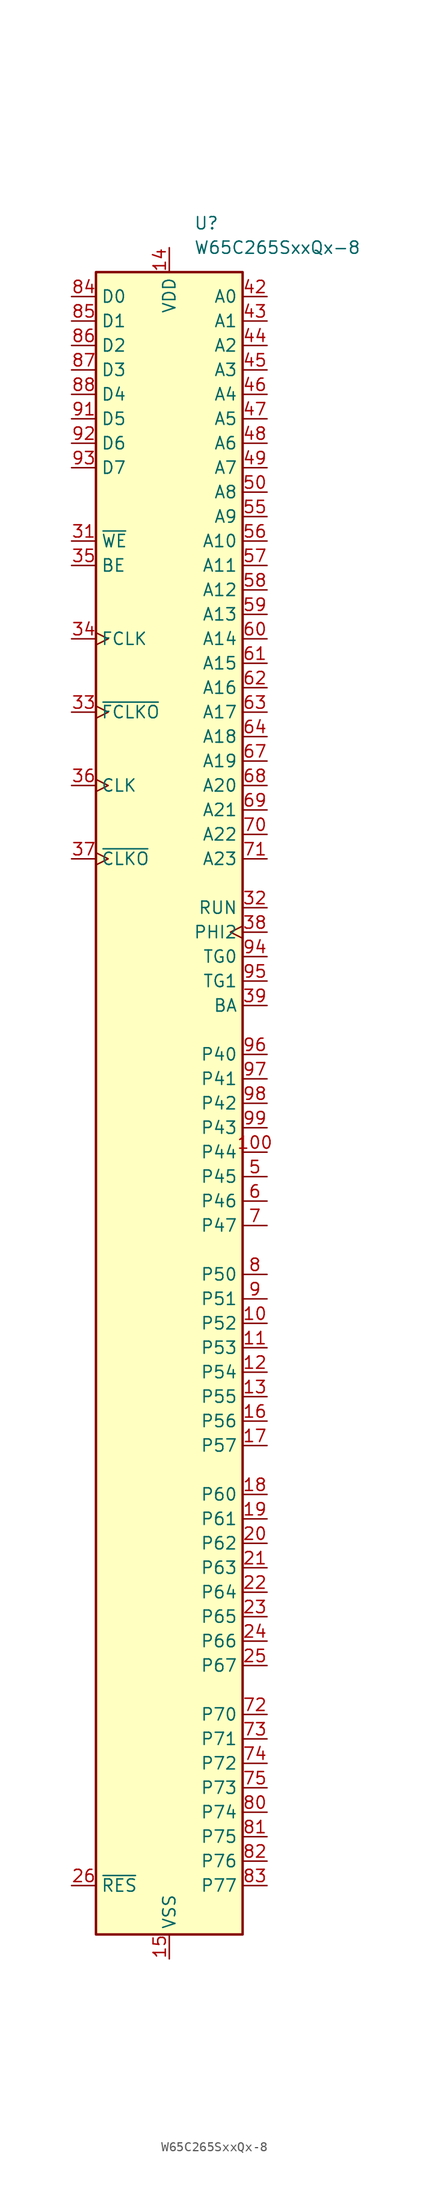
<source format=kicad_sym>
(kicad_symbol_lib
  (version 20211014)
  (generator kicad_symbol_editor)
  (symbol "W65C265SxxQx-8"
    (property "Reference" "U"
      (at 2.54 91.44 0)
      (effects (font (size 1.27 1.27)) (justify left)))
    (property "Value" "W65C265SxxQx-8"
      (at 2.54 88.9 0)
      (effects (font (size 1.27 1.27)) (justify left)))
    (symbol "W65C265SxxQx-8_0_0"
      (pin output line (at 10.16 10.16 180) (length 2.54) (name "BA" (effects (font (size 1.27 1.27)))) (number "39" (effects (font (size 1.27 1.27)))))
      (pin output line (at 10.16 -63.5 180) (length 2.54) (name "P70" (effects (font (size 1.27 1.27)))) (number "72" (effects (font (size 1.27 1.27)))))
      (pin output line (at 10.16 -66.04 180) (length 2.54) (name "P71" (effects (font (size 1.27 1.27)))) (number "73" (effects (font (size 1.27 1.27)))))
      (pin output line (at 10.16 15.24 180) (length 2.54) (name "TG0" (effects (font (size 1.27 1.27)))) (number "94" (effects (font (size 1.27 1.27)))))
      (pin output line (at 10.16 12.7 180) (length 2.54) (name "TG1" (effects (font (size 1.27 1.27)))) (number "95" (effects (font (size 1.27 1.27))))))
    (symbol "W65C265SxxQx-8_1_1"
      (rectangle (start -7.62 86.36) (end 7.62 -86.36) (stroke (width 0.254) (type default) (color 0 0 0 0)) (fill (type background)))
      (pin no_connect line (at -10.16 -40.64 0) (length 2.54) hide (name "NC" (effects (font (size 1.27 1.27)))) (number "1" (effects (font (size 1.27 1.27)))))
      (pin bidirectional line (at 10.16 -22.86 180) (length 2.54) (name "P52" (effects (font (size 1.27 1.27)))) (number "10" (effects (font (size 1.27 1.27)))))
      (pin bidirectional line (at 10.16 -5.08 180) (length 2.54) (name "P44" (effects (font (size 1.27 1.27)))) (number "100" (effects (font (size 1.27 1.27)))))
      (pin bidirectional line (at 10.16 -25.4 180) (length 2.54) (name "P53" (effects (font (size 1.27 1.27)))) (number "11" (effects (font (size 1.27 1.27)))))
      (pin bidirectional line (at 10.16 -27.94 180) (length 2.54) (name "P54" (effects (font (size 1.27 1.27)))) (number "12" (effects (font (size 1.27 1.27)))))
      (pin bidirectional line (at 10.16 -30.48 180) (length 2.54) (name "P55" (effects (font (size 1.27 1.27)))) (number "13" (effects (font (size 1.27 1.27)))))
      (pin power_in line (at 0 88.9 270) (length 2.54) (name "VDD" (effects (font (size 1.27 1.27)))) (number "14" (effects (font (size 1.27 1.27)))))
      (pin power_in line (at 0 -88.9 90) (length 2.54) (name "VSS" (effects (font (size 1.27 1.27)))) (number "15" (effects (font (size 1.27 1.27)))))
      (pin bidirectional line (at 10.16 -33.02 180) (length 2.54) (name "P56" (effects (font (size 1.27 1.27)))) (number "16" (effects (font (size 1.27 1.27)))))
      (pin bidirectional line (at 10.16 -35.56 180) (length 2.54) (name "P57" (effects (font (size 1.27 1.27)))) (number "17" (effects (font (size 1.27 1.27)))))
      (pin bidirectional line (at 10.16 -40.64 180) (length 2.54) (name "P60" (effects (font (size 1.27 1.27)))) (number "18" (effects (font (size 1.27 1.27)))))
      (pin bidirectional line (at 10.16 -43.18 180) (length 2.54) (name "P61" (effects (font (size 1.27 1.27)))) (number "19" (effects (font (size 1.27 1.27)))))
      (pin no_connect line (at -10.16 -43.18 0) (length 2.54) hide (name "NC" (effects (font (size 1.27 1.27)))) (number "2" (effects (font (size 1.27 1.27)))))
      (pin bidirectional line (at 10.16 -45.72 180) (length 2.54) (name "P62" (effects (font (size 1.27 1.27)))) (number "20" (effects (font (size 1.27 1.27)))))
      (pin bidirectional line (at 10.16 -48.26 180) (length 2.54) (name "P63" (effects (font (size 1.27 1.27)))) (number "21" (effects (font (size 1.27 1.27)))))
      (pin bidirectional line (at 10.16 -50.8 180) (length 2.54) (name "P64" (effects (font (size 1.27 1.27)))) (number "22" (effects (font (size 1.27 1.27)))))
      (pin bidirectional line (at 10.16 -53.34 180) (length 2.54) (name "P65" (effects (font (size 1.27 1.27)))) (number "23" (effects (font (size 1.27 1.27)))))
      (pin bidirectional line (at 10.16 -55.88 180) (length 2.54) (name "P66" (effects (font (size 1.27 1.27)))) (number "24" (effects (font (size 1.27 1.27)))))
      (pin bidirectional line (at 10.16 -58.42 180) (length 2.54) (name "P67" (effects (font (size 1.27 1.27)))) (number "25" (effects (font (size 1.27 1.27)))))
      (pin bidirectional line (at -10.16 -81.28 0) (length 2.54) (name "~{RES}" (effects (font (size 1.27 1.27)))) (number "26" (effects (font (size 1.27 1.27)))))
      (pin no_connect line (at -10.16 -50.8 0) (length 2.54) hide (name "NC" (effects (font (size 1.27 1.27)))) (number "27" (effects (font (size 1.27 1.27)))))
      (pin no_connect line (at -10.16 -53.34 0) (length 2.54) hide (name "NC" (effects (font (size 1.27 1.27)))) (number "28" (effects (font (size 1.27 1.27)))))
      (pin no_connect line (at -10.16 -55.88 0) (length 2.54) hide (name "NC" (effects (font (size 1.27 1.27)))) (number "29" (effects (font (size 1.27 1.27)))))
      (pin no_connect line (at -10.16 -45.72 0) (length 2.54) hide (name "NC" (effects (font (size 1.27 1.27)))) (number "3" (effects (font (size 1.27 1.27)))))
      (pin no_connect line (at -10.16 -58.42 0) (length 2.54) hide (name "NC" (effects (font (size 1.27 1.27)))) (number "30" (effects (font (size 1.27 1.27)))))
      (pin bidirectional line (at -10.16 58.42 0) (length 2.54) (name "~{WE}" (effects (font (size 1.27 1.27)))) (number "31" (effects (font (size 1.27 1.27)))))
      (pin output line (at 10.16 20.32 180) (length 2.54) (name "RUN" (effects (font (size 1.27 1.27)))) (number "32" (effects (font (size 1.27 1.27)))))
      (pin output clock (at -10.16 40.64 0) (length 2.54) (name "~{FCLKO}" (effects (font (size 1.27 1.27)))) (number "33" (effects (font (size 1.27 1.27)))))
      (pin input clock (at -10.16 48.26 0) (length 2.54) (name "FCLK" (effects (font (size 1.27 1.27)))) (number "34" (effects (font (size 1.27 1.27)))))
      (pin input line (at -10.16 55.88 0) (length 2.54) (name "BE" (effects (font (size 1.27 1.27)))) (number "35" (effects (font (size 1.27 1.27)))))
      (pin input clock (at -10.16 33.02 0) (length 2.54) (name "CLK" (effects (font (size 1.27 1.27)))) (number "36" (effects (font (size 1.27 1.27)))))
      (pin output clock (at -10.16 25.4 0) (length 2.54) (name "~{CLKO}" (effects (font (size 1.27 1.27)))) (number "37" (effects (font (size 1.27 1.27)))))
      (pin output clock (at 10.16 17.78 180) (length 2.54) (name "PHI2" (effects (font (size 1.27 1.27)))) (number "38" (effects (font (size 1.27 1.27)))))
      (pin no_connect line (at -10.16 -48.26 0) (length 2.54) hide (name "NC" (effects (font (size 1.27 1.27)))) (number "4" (effects (font (size 1.27 1.27)))))
      (pin passive line (at 0 -88.9 90) (length 2.54) hide (name "VSS" (effects (font (size 1.27 1.27)))) (number "40" (effects (font (size 1.27 1.27)))))
      (pin passive line (at 0 88.9 270) (length 2.54) hide (name "VDD" (effects (font (size 1.27 1.27)))) (number "41" (effects (font (size 1.27 1.27)))))
      (pin output line (at 10.16 83.82 180) (length 2.54) (name "A0" (effects (font (size 1.27 1.27)))) (number "42" (effects (font (size 1.27 1.27)))))
      (pin output line (at 10.16 81.28 180) (length 2.54) (name "A1" (effects (font (size 1.27 1.27)))) (number "43" (effects (font (size 1.27 1.27)))))
      (pin output line (at 10.16 78.74 180) (length 2.54) (name "A2" (effects (font (size 1.27 1.27)))) (number "44" (effects (font (size 1.27 1.27)))))
      (pin output line (at 10.16 76.2 180) (length 2.54) (name "A3" (effects (font (size 1.27 1.27)))) (number "45" (effects (font (size 1.27 1.27)))))
      (pin output line (at 10.16 73.66 180) (length 2.54) (name "A4" (effects (font (size 1.27 1.27)))) (number "46" (effects (font (size 1.27 1.27)))))
      (pin output line (at 10.16 71.12 180) (length 2.54) (name "A5" (effects (font (size 1.27 1.27)))) (number "47" (effects (font (size 1.27 1.27)))))
      (pin output line (at 10.16 68.58 180) (length 2.54) (name "A6" (effects (font (size 1.27 1.27)))) (number "48" (effects (font (size 1.27 1.27)))))
      (pin output line (at 10.16 66.04 180) (length 2.54) (name "A7" (effects (font (size 1.27 1.27)))) (number "49" (effects (font (size 1.27 1.27)))))
      (pin bidirectional line (at 10.16 -7.62 180) (length 2.54) (name "P45" (effects (font (size 1.27 1.27)))) (number "5" (effects (font (size 1.27 1.27)))))
      (pin output line (at 10.16 63.5 180) (length 2.54) (name "A8" (effects (font (size 1.27 1.27)))) (number "50" (effects (font (size 1.27 1.27)))))
      (pin no_connect line (at -10.16 -60.96 0) (length 2.54) hide (name "NC" (effects (font (size 1.27 1.27)))) (number "51" (effects (font (size 1.27 1.27)))))
      (pin no_connect line (at -10.16 -63.5 0) (length 2.54) hide (name "NC" (effects (font (size 1.27 1.27)))) (number "52" (effects (font (size 1.27 1.27)))))
      (pin no_connect line (at -10.16 -66.04 0) (length 2.54) hide (name "NC" (effects (font (size 1.27 1.27)))) (number "53" (effects (font (size 1.27 1.27)))))
      (pin no_connect line (at -10.16 -68.58 0) (length 2.54) hide (name "NC" (effects (font (size 1.27 1.27)))) (number "54" (effects (font (size 1.27 1.27)))))
      (pin output line (at 10.16 60.96 180) (length 2.54) (name "A9" (effects (font (size 1.27 1.27)))) (number "55" (effects (font (size 1.27 1.27)))))
      (pin output line (at 10.16 58.42 180) (length 2.54) (name "A10" (effects (font (size 1.27 1.27)))) (number "56" (effects (font (size 1.27 1.27)))))
      (pin output line (at 10.16 55.88 180) (length 2.54) (name "A11" (effects (font (size 1.27 1.27)))) (number "57" (effects (font (size 1.27 1.27)))))
      (pin output line (at 10.16 53.34 180) (length 2.54) (name "A12" (effects (font (size 1.27 1.27)))) (number "58" (effects (font (size 1.27 1.27)))))
      (pin output line (at 10.16 50.8 180) (length 2.54) (name "A13" (effects (font (size 1.27 1.27)))) (number "59" (effects (font (size 1.27 1.27)))))
      (pin bidirectional line (at 10.16 -10.16 180) (length 2.54) (name "P46" (effects (font (size 1.27 1.27)))) (number "6" (effects (font (size 1.27 1.27)))))
      (pin output line (at 10.16 48.26 180) (length 2.54) (name "A14" (effects (font (size 1.27 1.27)))) (number "60" (effects (font (size 1.27 1.27)))))
      (pin output line (at 10.16 45.72 180) (length 2.54) (name "A15" (effects (font (size 1.27 1.27)))) (number "61" (effects (font (size 1.27 1.27)))))
      (pin output line (at 10.16 43.18 180) (length 2.54) (name "A16" (effects (font (size 1.27 1.27)))) (number "62" (effects (font (size 1.27 1.27)))))
      (pin output line (at 10.16 40.64 180) (length 2.54) (name "A17" (effects (font (size 1.27 1.27)))) (number "63" (effects (font (size 1.27 1.27)))))
      (pin output line (at 10.16 38.1 180) (length 2.54) (name "A18" (effects (font (size 1.27 1.27)))) (number "64" (effects (font (size 1.27 1.27)))))
      (pin passive line (at 0 -88.9 90) (length 2.54) hide (name "VSS" (effects (font (size 1.27 1.27)))) (number "65" (effects (font (size 1.27 1.27)))))
      (pin passive line (at 0 88.9 270) (length 2.54) hide (name "VDD" (effects (font (size 1.27 1.27)))) (number "66" (effects (font (size 1.27 1.27)))))
      (pin output line (at 10.16 35.56 180) (length 2.54) (name "A19" (effects (font (size 1.27 1.27)))) (number "67" (effects (font (size 1.27 1.27)))))
      (pin output line (at 10.16 33.02 180) (length 2.54) (name "A20" (effects (font (size 1.27 1.27)))) (number "68" (effects (font (size 1.27 1.27)))))
      (pin output line (at 10.16 30.48 180) (length 2.54) (name "A21" (effects (font (size 1.27 1.27)))) (number "69" (effects (font (size 1.27 1.27)))))
      (pin bidirectional line (at 10.16 -12.7 180) (length 2.54) (name "P47" (effects (font (size 1.27 1.27)))) (number "7" (effects (font (size 1.27 1.27)))))
      (pin output line (at 10.16 27.94 180) (length 2.54) (name "A22" (effects (font (size 1.27 1.27)))) (number "70" (effects (font (size 1.27 1.27)))))
      (pin output line (at 10.16 25.4 180) (length 2.54) (name "A23" (effects (font (size 1.27 1.27)))) (number "71" (effects (font (size 1.27 1.27)))))
      (pin output line (at 10.16 -68.58 180) (length 2.54) (name "P72" (effects (font (size 1.27 1.27)))) (number "74" (effects (font (size 1.27 1.27)))))
      (pin output line (at 10.16 -71.12 180) (length 2.54) (name "P73" (effects (font (size 1.27 1.27)))) (number "75" (effects (font (size 1.27 1.27)))))
      (pin no_connect line (at -10.16 -71.12 0) (length 2.54) hide (name "NC" (effects (font (size 1.27 1.27)))) (number "76" (effects (font (size 1.27 1.27)))))
      (pin no_connect line (at -10.16 -73.66 0) (length 2.54) hide (name "NC" (effects (font (size 1.27 1.27)))) (number "77" (effects (font (size 1.27 1.27)))))
      (pin no_connect line (at -10.16 -76.2 0) (length 2.54) hide (name "NC" (effects (font (size 1.27 1.27)))) (number "78" (effects (font (size 1.27 1.27)))))
      (pin no_connect line (at -10.16 -78.74 0) (length 2.54) hide (name "NC" (effects (font (size 1.27 1.27)))) (number "79" (effects (font (size 1.27 1.27)))))
      (pin bidirectional line (at 10.16 -17.78 180) (length 2.54) (name "P50" (effects (font (size 1.27 1.27)))) (number "8" (effects (font (size 1.27 1.27)))))
      (pin output line (at 10.16 -73.66 180) (length 2.54) (name "P74" (effects (font (size 1.27 1.27)))) (number "80" (effects (font (size 1.27 1.27)))))
      (pin output line (at 10.16 -76.2 180) (length 2.54) (name "P75" (effects (font (size 1.27 1.27)))) (number "81" (effects (font (size 1.27 1.27)))))
      (pin output line (at 10.16 -78.74 180) (length 2.54) (name "P76" (effects (font (size 1.27 1.27)))) (number "82" (effects (font (size 1.27 1.27)))))
      (pin output line (at 10.16 -81.28 180) (length 2.54) (name "P77" (effects (font (size 1.27 1.27)))) (number "83" (effects (font (size 1.27 1.27)))))
      (pin bidirectional line (at -10.16 83.82 0) (length 2.54) (name "D0" (effects (font (size 1.27 1.27)))) (number "84" (effects (font (size 1.27 1.27)))))
      (pin bidirectional line (at -10.16 81.28 0) (length 2.54) (name "D1" (effects (font (size 1.27 1.27)))) (number "85" (effects (font (size 1.27 1.27)))))
      (pin bidirectional line (at -10.16 78.74 0) (length 2.54) (name "D2" (effects (font (size 1.27 1.27)))) (number "86" (effects (font (size 1.27 1.27)))))
      (pin bidirectional line (at -10.16 76.2 0) (length 2.54) (name "D3" (effects (font (size 1.27 1.27)))) (number "87" (effects (font (size 1.27 1.27)))))
      (pin bidirectional line (at -10.16 73.66 0) (length 2.54) (name "D4" (effects (font (size 1.27 1.27)))) (number "88" (effects (font (size 1.27 1.27)))))
      (pin passive line (at 0 88.9 270) (length 2.54) hide (name "VDD" (effects (font (size 1.27 1.27)))) (number "89" (effects (font (size 1.27 1.27)))))
      (pin bidirectional line (at 10.16 -20.32 180) (length 2.54) (name "P51" (effects (font (size 1.27 1.27)))) (number "9" (effects (font (size 1.27 1.27)))))
      (pin passive line (at 0 -88.9 90) (length 2.54) hide (name "VSS" (effects (font (size 1.27 1.27)))) (number "90" (effects (font (size 1.27 1.27)))))
      (pin bidirectional line (at -10.16 71.12 0) (length 2.54) (name "D5" (effects (font (size 1.27 1.27)))) (number "91" (effects (font (size 1.27 1.27)))))
      (pin bidirectional line (at -10.16 68.58 0) (length 2.54) (name "D6" (effects (font (size 1.27 1.27)))) (number "92" (effects (font (size 1.27 1.27)))))
      (pin bidirectional line (at -10.16 66.04 0) (length 2.54) (name "D7" (effects (font (size 1.27 1.27)))) (number "93" (effects (font (size 1.27 1.27)))))
      (pin bidirectional line (at 10.16 5.08 180) (length 2.54) (name "P40" (effects (font (size 1.27 1.27)))) (number "96" (effects (font (size 1.27 1.27)))))
      (pin bidirectional line (at 10.16 2.54 180) (length 2.54) (name "P41" (effects (font (size 1.27 1.27)))) (number "97" (effects (font (size 1.27 1.27)))))
      (pin bidirectional line (at 10.16 0 180) (length 2.54) (name "P42" (effects (font (size 1.27 1.27)))) (number "98" (effects (font (size 1.27 1.27)))))
      (pin bidirectional line (at 10.16 -2.54 180) (length 2.54) (name "P43" (effects (font (size 1.27 1.27)))) (number "99" (effects (font (size 1.27 1.27))))))))
</source>
